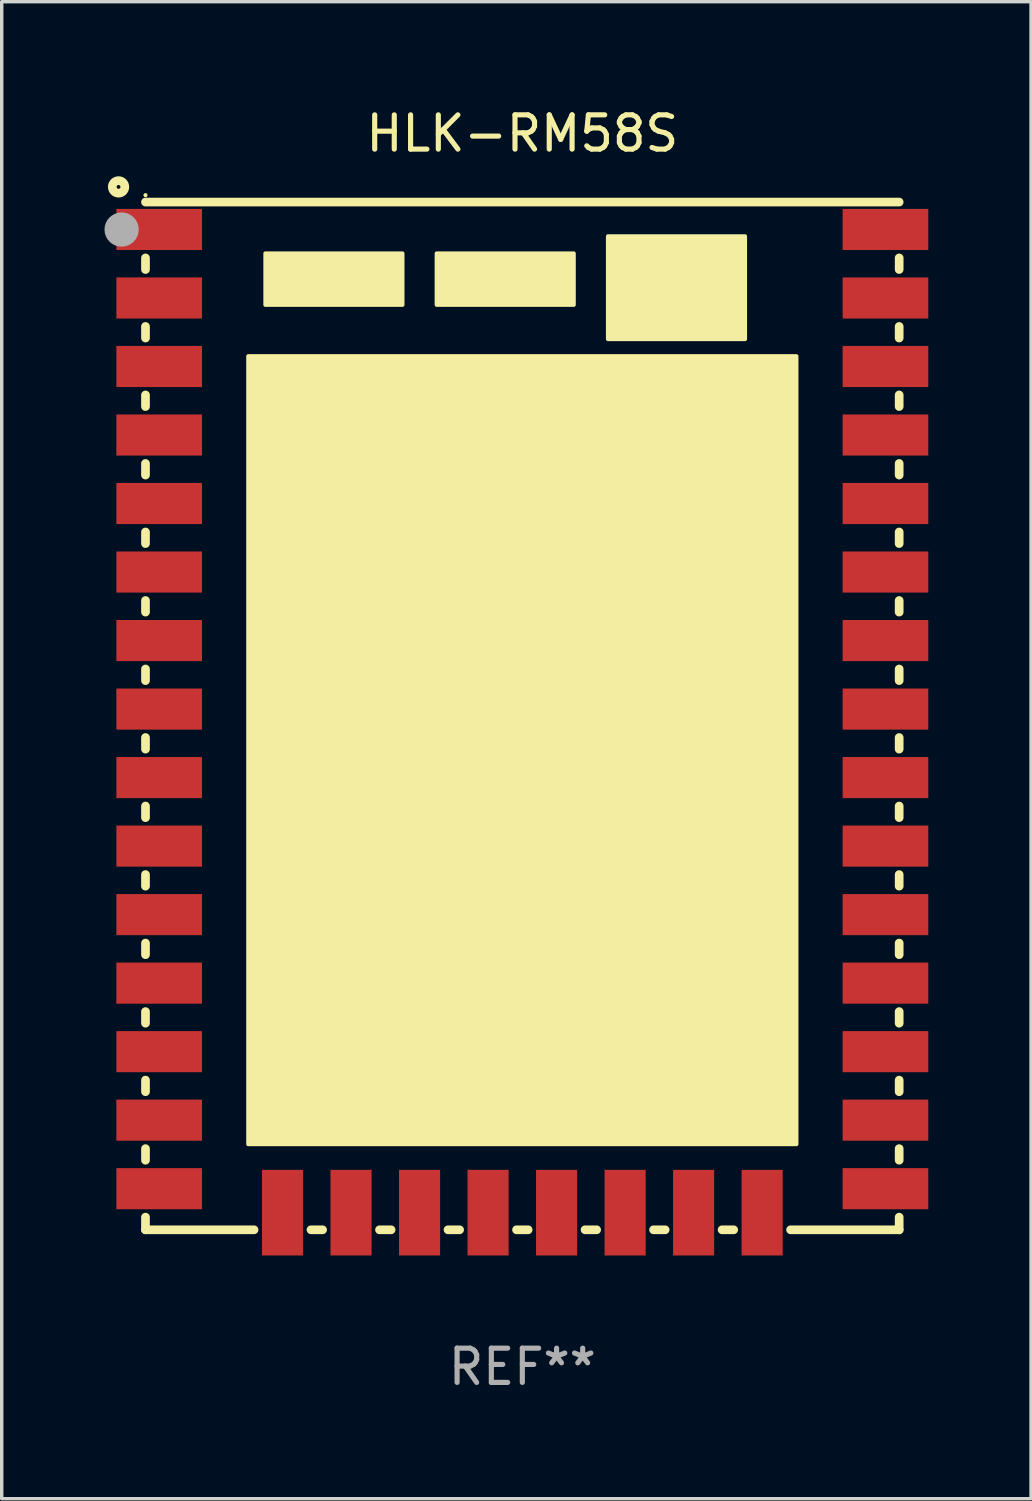
<source format=kicad_pcb>
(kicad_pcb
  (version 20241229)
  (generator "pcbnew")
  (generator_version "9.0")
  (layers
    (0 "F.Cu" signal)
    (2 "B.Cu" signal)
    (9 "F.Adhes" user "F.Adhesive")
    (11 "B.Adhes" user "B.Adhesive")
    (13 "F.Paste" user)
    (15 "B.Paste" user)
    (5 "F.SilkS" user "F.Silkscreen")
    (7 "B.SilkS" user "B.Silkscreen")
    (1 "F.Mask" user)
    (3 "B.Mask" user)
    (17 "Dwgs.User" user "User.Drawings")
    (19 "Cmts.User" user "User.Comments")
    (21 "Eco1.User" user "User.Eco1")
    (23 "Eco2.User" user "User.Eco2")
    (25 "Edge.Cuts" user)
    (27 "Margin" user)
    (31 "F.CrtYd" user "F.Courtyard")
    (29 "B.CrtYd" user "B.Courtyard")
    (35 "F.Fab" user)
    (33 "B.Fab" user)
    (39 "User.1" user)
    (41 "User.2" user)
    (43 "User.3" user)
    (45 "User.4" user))
  (footprint "HLK-RM58S"
    (layer "F.Cu")
    (at 12.197 17.848)
    (property "Reference" "HLK-RM58S" (at 0 -17 0) (layer "F.SilkS") (effects (font (size 1 1) (thickness 0.15))))
    (attr through_hole)
    (fp_line (start -11 -15) (end 11 -15) (stroke (width 0.254) (type solid)) (layer "F.SilkS"))
    (fp_line (start -11 -13.031) (end -11 -13.369) (stroke (width 0.254) (type solid)) (layer "F.SilkS"))
    (fp_line (start -11 -11.031) (end -11 -11.369) (stroke (width 0.254) (type solid)) (layer "F.SilkS"))
    (fp_line (start -11 -9.031) (end -11 -9.369) (stroke (width 0.254) (type solid)) (layer "F.SilkS"))
    (fp_line (start -11 -7.031) (end -11 -7.369) (stroke (width 0.254) (type solid)) (layer "F.SilkS"))
    (fp_line (start -11 -5.031) (end -11 -5.369) (stroke (width 0.254) (type solid)) (layer "F.SilkS"))
    (fp_line (start -11 -3.031) (end -11 -3.369) (stroke (width 0.254) (type solid)) (layer "F.SilkS"))
    (fp_line (start -11 -1.031) (end -11 -1.369) (stroke (width 0.254) (type solid)) (layer "F.SilkS"))
    (fp_line (start -11 0.969) (end -11 0.631) (stroke (width 0.254) (type solid)) (layer "F.SilkS"))
    (fp_line (start -11 2.969) (end -11 2.631) (stroke (width 0.254) (type solid)) (layer "F.SilkS"))
    (fp_line (start -11 4.969) (end -11 4.631) (stroke (width 0.254) (type solid)) (layer "F.SilkS"))
    (fp_line (start -11 6.969) (end -11 6.631) (stroke (width 0.254) (type solid)) (layer "F.SilkS"))
    (fp_line (start -11 8.969) (end -11 8.631) (stroke (width 0.254) (type solid)) (layer "F.SilkS"))
    (fp_line (start -11 10.969) (end -11 10.631) (stroke (width 0.254) (type solid)) (layer "F.SilkS"))
    (fp_line (start -11 12.969) (end -11 12.631) (stroke (width 0.254) (type solid)) (layer "F.SilkS"))
    (fp_line (start -11 15) (end -11 14.631) (stroke (width 0.254) (type solid)) (layer "F.SilkS"))
    (fp_line (start -7.831 15) (end -11 15) (stroke (width 0.254) (type solid)) (layer "F.SilkS"))
    (fp_line (start -5.831 15) (end -6.169 15) (stroke (width 0.254) (type solid)) (layer "F.SilkS"))
    (fp_line (start -3.831 15) (end -4.169 15) (stroke (width 0.254) (type solid)) (layer "F.SilkS"))
    (fp_line (start -1.831 15) (end -2.169 15) (stroke (width 0.254) (type solid)) (layer "F.SilkS"))
    (fp_line (start 0.169 15) (end -0.169 15) (stroke (width 0.254) (type solid)) (layer "F.SilkS"))
    (fp_line (start 2.169 15) (end 1.831 15) (stroke (width 0.254) (type solid)) (layer "F.SilkS"))
    (fp_line (start 4.169 15) (end 3.831 15) (stroke (width 0.254) (type solid)) (layer "F.SilkS"))
    (fp_line (start 6.169 15) (end 5.831 15) (stroke (width 0.254) (type solid)) (layer "F.SilkS"))
    (fp_line (start 11 -13.369) (end 11 -13.031) (stroke (width 0.254) (type solid)) (layer "F.SilkS"))
    (fp_line (start 11 -11.369) (end 11 -11.031) (stroke (width 0.254) (type solid)) (layer "F.SilkS"))
    (fp_line (start 11 -9.369) (end 11 -9.031) (stroke (width 0.254) (type solid)) (layer "F.SilkS"))
    (fp_line (start 11 -7.369) (end 11 -7.031) (stroke (width 0.254) (type solid)) (layer "F.SilkS"))
    (fp_line (start 11 -5.369) (end 11 -5.031) (stroke (width 0.254) (type solid)) (layer "F.SilkS"))
    (fp_line (start 11 -3.369) (end 11 -3.031) (stroke (width 0.254) (type solid)) (layer "F.SilkS"))
    (fp_line (start 11 -1.369) (end 11 -1.031) (stroke (width 0.254) (type solid)) (layer "F.SilkS"))
    (fp_line (start 11 0.631) (end 11 0.969) (stroke (width 0.254) (type solid)) (layer "F.SilkS"))
    (fp_line (start 11 2.631) (end 11 2.969) (stroke (width 0.254) (type solid)) (layer "F.SilkS"))
    (fp_line (start 11 4.631) (end 11 4.969) (stroke (width 0.254) (type solid)) (layer "F.SilkS"))
    (fp_line (start 11 6.631) (end 11 6.969) (stroke (width 0.254) (type solid)) (layer "F.SilkS"))
    (fp_line (start 11 8.631) (end 11 8.969) (stroke (width 0.254) (type solid)) (layer "F.SilkS"))
    (fp_line (start 11 10.631) (end 11 10.969) (stroke (width 0.254) (type solid)) (layer "F.SilkS"))
    (fp_line (start 11 12.631) (end 11 12.969) (stroke (width 0.254) (type solid)) (layer "F.SilkS"))
    (fp_line (start 11 14.631) (end 11 15) (stroke (width 0.254) (type solid)) (layer "F.SilkS"))
    (fp_line (start 11 15) (end 7.831 15) (stroke (width 0.254) (type solid)) (layer "F.SilkS"))
    (fp_circle (center -11.786 -15.442) (end -11.603 -15.442) (stroke (width 0.254) (type solid)) (fill no) (layer "F.SilkS"))
    (fp_circle (center -11 -15.201) (end -10.97 -15.201) (stroke (width 0.06) (type solid)) (fill no) (layer "F.SilkS"))
    (fp_circle (center 4.5 -12.5) (end 5.5 -12.5) (stroke (width 0.254) (type solid)) (fill no) (layer "F.SilkS"))
    (fp_poly (pts (xy -8 -10.5) (xy 8 -10.5) (xy 8 12.5) (xy -8 12.5)) (stroke (width 0.12) (type solid)) (fill yes) (layer "F.SilkS"))
    (fp_poly (pts (xy -7.5 -13.5) (xy -3.5 -13.5) (xy -3.5 -12) (xy -7.5 -12)) (stroke (width 0.12) (type solid)) (fill yes) (layer "F.SilkS"))
    (fp_poly (pts (xy -2.5 -13.5) (xy 1.5 -13.5) (xy 1.5 -12) (xy -2.5 -12)) (stroke (width 0.12) (type solid)) (fill yes) (layer "F.SilkS"))
    (fp_poly (pts (xy 2.5 -14) (xy 6.5 -14) (xy 6.5 -11) (xy 2.5 -11)) (stroke (width 0.12) (type solid)) (fill yes) (layer "F.SilkS"))
    (fp_circle (center -11.697 -14.197) (end -11.447 -14.197) (stroke (width 0.5) (type solid)) (fill no) (layer "F.Fab"))
    (fp_text user "REF**" (at 0 19 0) (layer "F.Fab") (effects (font (size 1 1) (thickness 0.15))))
    (pad "1" smd rect (at -10.6 -14.2 90) (size 1.2 2.5) (layers "F.Cu" "F.Mask" "F.Paste"))
    (pad "2" smd rect (at -10.6 -12.2 90) (size 1.2 2.5) (layers "F.Cu" "F.Mask" "F.Paste"))
    (pad "3" smd rect (at -10.6 -10.2 90) (size 1.2 2.5) (layers "F.Cu" "F.Mask" "F.Paste"))
    (pad "4" smd rect (at -10.6 -8.2 90) (size 1.2 2.5) (layers "F.Cu" "F.Mask" "F.Paste"))
    (pad "5" smd rect (at -10.6 -6.2 90) (size 1.2 2.5) (layers "F.Cu" "F.Mask" "F.Paste"))
    (pad "6" smd rect (at -10.6 -4.2 90) (size 1.2 2.5) (layers "F.Cu" "F.Mask" "F.Paste"))
    (pad "7" smd rect (at -10.6 -2.2 90) (size 1.2 2.5) (layers "F.Cu" "F.Mask" "F.Paste"))
    (pad "8" smd rect (at -10.6 -0.2 90) (size 1.2 2.5) (layers "F.Cu" "F.Mask" "F.Paste"))
    (pad "9" smd rect (at -10.6 1.8 90) (size 1.2 2.5) (layers "F.Cu" "F.Mask" "F.Paste"))
    (pad "10" smd rect (at -10.6 3.8 90) (size 1.2 2.5) (layers "F.Cu" "F.Mask" "F.Paste"))
    (pad "11" smd rect (at -10.6 5.8 90) (size 1.2 2.5) (layers "F.Cu" "F.Mask" "F.Paste"))
    (pad "12" smd rect (at -10.6 7.8 90) (size 1.2 2.5) (layers "F.Cu" "F.Mask" "F.Paste"))
    (pad "13" smd rect (at -10.6 9.8 90) (size 1.2 2.5) (layers "F.Cu" "F.Mask" "F.Paste"))
    (pad "14" smd rect (at -10.6 11.8 90) (size 1.2 2.5) (layers "F.Cu" "F.Mask" "F.Paste"))
    (pad "15" smd rect (at -10.6 13.8 90) (size 1.2 2.5) (layers "F.Cu" "F.Mask" "F.Paste"))
    (pad "16" smd rect (at -7 14.5 180) (size 1.2 2.5) (layers "F.Cu" "F.Mask" "F.Paste"))
    (pad "17" smd rect (at -5 14.5 180) (size 1.2 2.5) (layers "F.Cu" "F.Mask" "F.Paste"))
    (pad "18" smd rect (at -3 14.5 180) (size 1.2 2.5) (layers "F.Cu" "F.Mask" "F.Paste"))
    (pad "19" smd rect (at -1 14.5 180) (size 1.2 2.5) (layers "F.Cu" "F.Mask" "F.Paste"))
    (pad "20" smd rect (at 1 14.5 180) (size 1.2 2.5) (layers "F.Cu" "F.Mask" "F.Paste"))
    (pad "21" smd rect (at 3 14.5 180) (size 1.2 2.5) (layers "F.Cu" "F.Mask" "F.Paste"))
    (pad "22" smd rect (at 5 14.5 180) (size 1.2 2.5) (layers "F.Cu" "F.Mask" "F.Paste"))
    (pad "23" smd rect (at 7 14.5 180) (size 1.2 2.5) (layers "F.Cu" "F.Mask" "F.Paste"))
    (pad "24" smd rect (at 10.6 13.8 270) (size 1.2 2.5) (layers "F.Cu" "F.Mask" "F.Paste"))
    (pad "25" smd rect (at 10.6 11.8 270) (size 1.2 2.5) (layers "F.Cu" "F.Mask" "F.Paste"))
    (pad "26" smd rect (at 10.6 9.8 270) (size 1.2 2.5) (layers "F.Cu" "F.Mask" "F.Paste"))
    (pad "27" smd rect (at 10.6 7.8 270) (size 1.2 2.5) (layers "F.Cu" "F.Mask" "F.Paste"))
    (pad "28" smd rect (at 10.6 5.8 270) (size 1.2 2.5) (layers "F.Cu" "F.Mask" "F.Paste"))
    (pad "29" smd rect (at 10.6 3.8 270) (size 1.2 2.5) (layers "F.Cu" "F.Mask" "F.Paste"))
    (pad "30" smd rect (at 10.6 1.8 270) (size 1.2 2.5) (layers "F.Cu" "F.Mask" "F.Paste"))
    (pad "31" smd rect (at 10.6 -0.2 270) (size 1.2 2.5) (layers "F.Cu" "F.Mask" "F.Paste"))
    (pad "32" smd rect (at 10.6 -2.2 270) (size 1.2 2.5) (layers "F.Cu" "F.Mask" "F.Paste"))
    (pad "33" smd rect (at 10.6 -4.2 270) (size 1.2 2.5) (layers "F.Cu" "F.Mask" "F.Paste"))
    (pad "34" smd rect (at 10.6 -6.2 270) (size 1.2 2.5) (layers "F.Cu" "F.Mask" "F.Paste"))
    (pad "35" smd rect (at 10.6 -8.2 270) (size 1.2 2.5) (layers "F.Cu" "F.Mask" "F.Paste"))
    (pad "36" smd rect (at 10.6 -10.2 270) (size 1.2 2.5) (layers "F.Cu" "F.Mask" "F.Paste"))
    (pad "37" smd rect (at 10.6 -12.2 270) (size 1.2 2.5) (layers "F.Cu" "F.Mask" "F.Paste"))
    (pad "38" smd rect (at 10.6 -14.2 270) (size 1.2 2.5) (layers "F.Cu" "F.Mask" "F.Paste")))
  (gr_rect
    (start -3 -3)
    (end 27.047 40.697)
    (stroke (width 0.1) (type default))
    (fill no)
    (layer "Edge.Cuts")))
</source>
